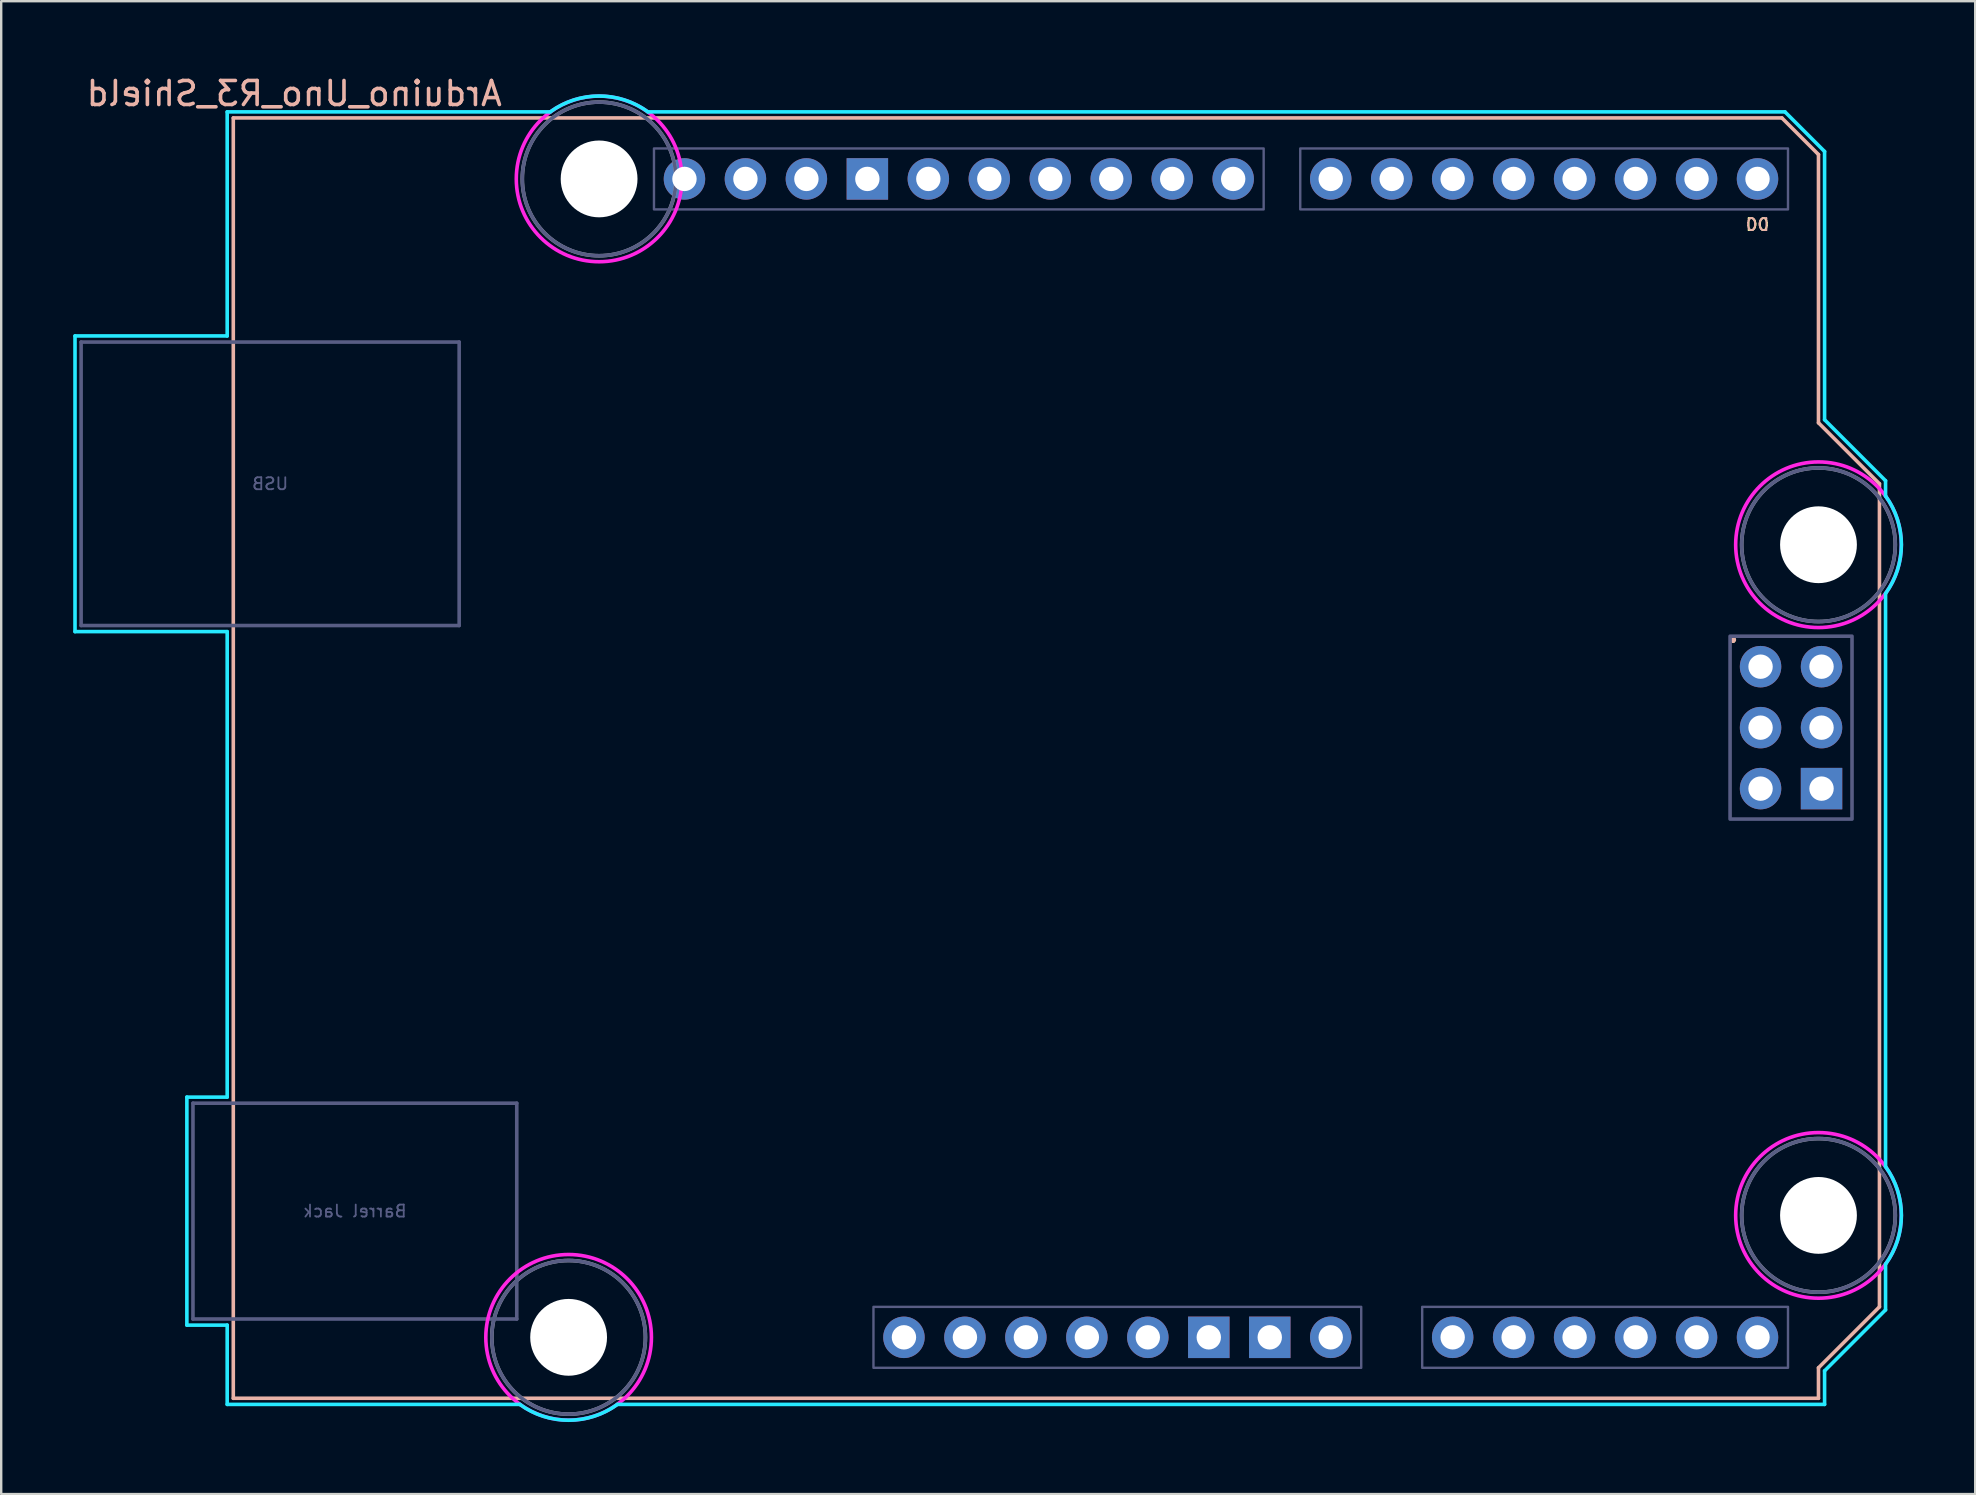
<source format=kicad_pcb>
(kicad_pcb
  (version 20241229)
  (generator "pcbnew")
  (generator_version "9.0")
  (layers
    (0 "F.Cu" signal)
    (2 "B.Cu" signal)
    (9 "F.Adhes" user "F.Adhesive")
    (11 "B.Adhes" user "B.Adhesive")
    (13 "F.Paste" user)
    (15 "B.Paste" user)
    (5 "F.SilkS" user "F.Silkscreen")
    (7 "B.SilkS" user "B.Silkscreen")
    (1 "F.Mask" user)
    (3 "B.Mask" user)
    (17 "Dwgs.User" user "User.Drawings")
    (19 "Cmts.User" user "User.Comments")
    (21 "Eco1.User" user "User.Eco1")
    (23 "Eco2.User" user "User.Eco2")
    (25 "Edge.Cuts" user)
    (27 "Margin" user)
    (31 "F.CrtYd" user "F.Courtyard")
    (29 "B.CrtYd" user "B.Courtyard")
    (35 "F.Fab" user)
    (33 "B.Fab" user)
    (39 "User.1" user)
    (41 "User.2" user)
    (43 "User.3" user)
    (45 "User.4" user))
  (footprint "Arduino_Uno_R3_Shield"
    (layer "F.Cu")
    (at 6.669 55.204)
    (property "Reference" "Arduino_Uno_R3_Shield" (at 2.54 -54.356 0) (layer "B.SilkS") (effects (font (size 1 1) (thickness 0.15)) (justify mirror)))
    (attr through_hole)
    (fp_line (start 0 -53.34) (end 0 0) (stroke (width 0.15) (type solid)) (layer "B.SilkS"))
    (fp_line (start 0 -53.34) (end 64.516 -53.34) (stroke (width 0.15) (type solid)) (layer "B.SilkS"))
    (fp_line (start 0 0) (end 66.04 0) (stroke (width 0.15) (type solid)) (layer "B.SilkS"))
    (fp_line (start 64.516 -53.34) (end 66.04 -51.816) (stroke (width 0.15) (type solid)) (layer "B.SilkS"))
    (fp_line (start 66.04 -40.64) (end 66.04 -51.816) (stroke (width 0.15) (type solid)) (layer "B.SilkS"))
    (fp_line (start 66.04 -1.27) (end 68.58 -3.81) (stroke (width 0.15) (type solid)) (layer "B.SilkS"))
    (fp_line (start 66.04 0) (end 66.04 -1.27) (stroke (width 0.15) (type solid)) (layer "B.SilkS"))
    (fp_line (start 68.58 -38.1) (end 66.04 -40.64) (stroke (width 0.15) (type solid)) (layer "B.SilkS"))
    (fp_line (start 68.58 -3.81) (end 68.58 -38.1) (stroke (width 0.15) (type solid)) (layer "B.SilkS"))
    (fp_line (start -6.594 -44.258) (end -0.254 -44.258) (stroke (width 0.15) (type solid)) (layer "B.CrtYd"))
    (fp_line (start -6.594 -31.94) (end -6.594 -44.258) (stroke (width 0.15) (type solid)) (layer "B.CrtYd"))
    (fp_line (start -1.934 -12.548) (end -1.934 -3.049) (stroke (width 0.15) (type solid)) (layer "B.CrtYd"))
    (fp_line (start -1.934 -12.548) (end -0.254 -12.548) (stroke (width 0.15) (type solid)) (layer "B.CrtYd"))
    (fp_line (start -1.934 -3.049) (end -0.254 -3.049) (stroke (width 0.15) (type solid)) (layer "B.CrtYd"))
    (fp_line (start -0.254 -53.594) (end -0.254 -44.258) (stroke (width 0.15) (type solid)) (layer "B.CrtYd"))
    (fp_line (start -0.254 -31.94) (end -6.594 -31.94) (stroke (width 0.15) (type solid)) (layer "B.CrtYd"))
    (fp_line (start -0.254 -31.94) (end -0.254 -12.548) (stroke (width 0.15) (type solid)) (layer "B.CrtYd"))
    (fp_line (start -0.254 -3.049) (end -0.254 0.254) (stroke (width 0.15) (type solid)) (layer "B.CrtYd"))
    (fp_line (start 11.938 0.254) (end -0.254 0.254) (stroke (width 0.15) (type solid)) (layer "B.CrtYd"))
    (fp_line (start 13.208 -53.594) (end -0.254 -53.594) (stroke (width 0.15) (type solid)) (layer "B.CrtYd"))
    (fp_line (start 16.002 0.254) (end 66.294 0.254) (stroke (width 0.15) (type solid)) (layer "B.CrtYd"))
    (fp_line (start 17.272 -53.594) (end 64.643 -53.594) (stroke (width 0.15) (type solid)) (layer "B.CrtYd"))
    (fp_line (start 64.643 -53.594) (end 66.294 -51.943) (stroke (width 0.15) (type solid)) (layer "B.CrtYd"))
    (fp_line (start 66.294 -40.767) (end 66.294 -51.943) (stroke (width 0.15) (type solid)) (layer "B.CrtYd"))
    (fp_line (start 66.294 -1.143) (end 68.834 -3.683) (stroke (width 0.15) (type solid)) (layer "B.CrtYd"))
    (fp_line (start 66.294 0.254) (end 66.294 -1.143) (stroke (width 0.15) (type solid)) (layer "B.CrtYd"))
    (fp_line (start 68.834 -38.227) (end 66.294 -40.767) (stroke (width 0.15) (type solid)) (layer "B.CrtYd"))
    (fp_line (start 68.834 -38.227) (end 68.834 -37.592) (stroke (width 0.15) (type solid)) (layer "B.CrtYd"))
    (fp_line (start 68.834 -9.652) (end 68.834 -33.528) (stroke (width 0.15) (type solid)) (layer "B.CrtYd"))
    (fp_line (start 68.834 -5.588) (end 68.834 -3.683) (stroke (width 0.15) (type solid)) (layer "B.CrtYd"))
    (fp_arc (start 13.208 -53.594) (mid 15.24 -54.254237) (end 17.272 -53.594) (stroke (width 0.15) (type solid)) (layer "B.CrtYd"))
    (fp_arc (start 16.002 0.254) (mid 13.97 0.914237) (end 11.938 0.254) (stroke (width 0.15) (type solid)) (layer "B.CrtYd"))
    (fp_arc (start 68.834 -37.592) (mid 69.494238 -35.56) (end 68.834 -33.528) (stroke (width 0.15) (type solid)) (layer "B.CrtYd"))
    (fp_arc (start 68.834 -9.652) (mid 69.494238 -7.62) (end 68.834 -5.588) (stroke (width 0.15) (type solid)) (layer "B.CrtYd"))
    (fp_circle (center 13.97 -2.54) (end 17.42 -2.54) (stroke (width 0.15) (type solid)) (fill no) (layer "F.CrtYd"))
    (fp_circle (center 15.24 -50.8) (end 18.69 -50.8) (stroke (width 0.15) (type solid)) (fill no) (layer "F.CrtYd"))
    (fp_circle (center 66.04 -35.56) (end 69.49 -35.56) (stroke (width 0.15) (type solid)) (fill no) (layer "F.CrtYd"))
    (fp_circle (center 66.04 -7.62) (end 69.49 -7.62) (stroke (width 0.15) (type solid)) (fill no) (layer "F.CrtYd"))
    (fp_line (start -6.34 -44.004) (end 9.41 -44.004) (stroke (width 0.15) (type solid)) (layer "B.Fab"))
    (fp_line (start -6.34 -32.194) (end -6.34 -44.004) (stroke (width 0.15) (type solid)) (layer "B.Fab"))
    (fp_line (start -6.34 -32.194) (end 9.41 -32.194) (stroke (width 0.15) (type solid)) (layer "B.Fab"))
    (fp_line (start -1.68 -12.294) (end -1.68 -3.303) (stroke (width 0.15) (type solid)) (layer "B.Fab"))
    (fp_line (start -1.68 -12.294) (end 11.81 -12.294) (stroke (width 0.15) (type solid)) (layer "B.Fab"))
    (fp_line (start -1.68 -3.303) (end 11.81 -3.303) (stroke (width 0.15) (type solid)) (layer "B.Fab"))
    (fp_line (start 9.41 -32.194) (end 9.41 -44.004) (stroke (width 0.15) (type solid)) (layer "B.Fab"))
    (fp_line (start 11.81 -12.294) (end 11.81 -3.303) (stroke (width 0.15) (type solid)) (layer "B.Fab"))
    (fp_rect (start 17.526 -52.07) (end 42.926 -49.53) (stroke (width 0.1) (type solid)) (fill no) (layer "B.Fab"))
    (fp_rect (start 26.67 -3.81) (end 46.99 -1.27) (stroke (width 0.1) (type solid)) (fill no) (layer "B.Fab"))
    (fp_rect (start 44.45 -52.07) (end 64.77 -49.53) (stroke (width 0.1) (type solid)) (fill no) (layer "B.Fab"))
    (fp_rect (start 49.53 -3.81) (end 64.77 -1.27) (stroke (width 0.1) (type solid)) (fill no) (layer "B.Fab"))
    (fp_rect (start 62.357 -31.75) (end 67.437 -24.13) (stroke (width 0.15) (type solid)) (fill no) (layer "B.Fab"))
    (fp_circle (center 13.97 -2.54) (end 17.17 -2.54) (stroke (width 0.15) (type solid)) (fill no) (layer "B.Fab"))
    (fp_circle (center 15.24 -50.8) (end 18.44 -50.8) (stroke (width 0.15) (type solid)) (fill no) (layer "B.Fab"))
    (fp_circle (center 66.04 -35.56) (end 69.24 -35.56) (stroke (width 0.15) (type solid)) (fill no) (layer "B.Fab"))
    (fp_circle (center 66.04 -7.62) (end 69.24 -7.62) (stroke (width 0.15) (type solid)) (fill no) (layer "B.Fab"))
    (fp_circle (center 13.97 -2.54) (end 17.17 -2.54) (stroke (width 0.15) (type solid)) (fill no) (layer "F.Fab"))
    (fp_circle (center 15.24 -50.8) (end 18.44 -50.8) (stroke (width 0.15) (type solid)) (fill no) (layer "F.Fab"))
    (fp_circle (center 66.04 -35.56) (end 69.24 -35.56) (stroke (width 0.15) (type solid)) (fill no) (layer "F.Fab"))
    (fp_circle (center 66.04 -7.62) (end 69.24 -7.62) (stroke (width 0.15) (type solid)) (fill no) (layer "F.Fab"))
    (fp_text user "D0" (at 63.5 -48.895 0) (unlocked yes) (layer "F.SilkS") (effects (font (size 0.5 0.5) (thickness 0.075))))
    (fp_text user "." (at 62.484 -32.004 0) (layer "F.SilkS") (effects (font (size 1 1) (thickness 0.15))))
    (fp_text user "D0" (at 63.5 -48.895 0) (unlocked yes) (layer "B.SilkS") (effects (font (size 0.5 0.5) (thickness 0.075)) (justify mirror)))
    (fp_text user "." (at 62.484 -32.004 0) (layer "B.SilkS") (effects (font (size 1 1) (thickness 0.15))))
    (fp_text user "USB" (at 1.535 -38.099 0) (layer "B.Fab") (effects (font (size 0.5 0.5) (thickness 0.075)) (justify mirror)))
    (fp_text user "Barrel Jack" (at 5.065 -7.798 0) (layer "B.Fab") (effects (font (size 0.5 0.5) (thickness 0.075)) (justify mirror)))
    (pad "" np_thru_hole circle (at 13.97 -2.54) (size 3.2 3.2) (drill 3.2) (layers "*.Cu" "*.Mask"))
    (pad "" np_thru_hole circle (at 15.24 -50.8) (size 3.2 3.2) (drill 3.2) (layers "*.Cu" "*.Mask"))
    (pad "" thru_hole oval (at 27.94 -2.54) (size 1.727 1.727) (drill 1.016) (layers "*.Cu" "*.Mask"))
    (pad "" np_thru_hole circle (at 66.04 -35.56) (size 3.2 3.2) (drill 3.2) (layers "*.Cu" "*.Mask"))
    (pad "" np_thru_hole circle (at 66.04 -7.62) (size 3.2 3.2) (drill 3.2) (layers "*.Cu" "*.Mask"))
    (pad "3V3" thru_hole oval (at 35.56 -2.54) (size 1.727 1.727) (drill 1.016) (layers "*.Cu" "*.Mask"))
    (pad "5V1" thru_hole oval (at 38.1 -2.54) (size 1.727 1.727) (drill 1.016) (layers "*.Cu" "*.Mask"))
    (pad "5V2" thru_hole oval (at 66.167 -30.48) (size 1.727 1.727) (drill 1.016) (layers "*.Cu" "*.Mask"))
    (pad "A0" thru_hole oval (at 50.8 -2.54) (size 1.727 1.727) (drill 1.016) (layers "*.Cu" "*.Mask"))
    (pad "A1" thru_hole oval (at 53.34 -2.54) (size 1.727 1.727) (drill 1.016) (layers "*.Cu" "*.Mask"))
    (pad "A2" thru_hole oval (at 55.88 -2.54) (size 1.727 1.727) (drill 1.016) (layers "*.Cu" "*.Mask"))
    (pad "A3" thru_hole oval (at 58.42 -2.54) (size 1.727 1.727) (drill 1.016) (layers "*.Cu" "*.Mask"))
    (pad "A4" thru_hole oval (at 60.96 -2.54) (size 1.727 1.727) (drill 1.016) (layers "*.Cu" "*.Mask"))
    (pad "A5" thru_hole oval (at 63.5 -2.54) (size 1.727 1.727) (drill 1.016) (layers "*.Cu" "*.Mask"))
    (pad "AREF" thru_hole oval (at 23.876 -50.8) (size 1.727 1.727) (drill 1.016) (layers "*.Cu" "*.Mask"))
    (pad "D0" thru_hole oval (at 63.5 -50.8) (size 1.727 1.727) (drill 1.016) (layers "*.Cu" "*.Mask"))
    (pad "D1" thru_hole oval (at 60.96 -50.8) (size 1.727 1.727) (drill 1.016) (layers "*.Cu" "*.Mask"))
    (pad "D2" thru_hole oval (at 58.42 -50.8) (size 1.727 1.727) (drill 1.016) (layers "*.Cu" "*.Mask"))
    (pad "D3" thru_hole oval (at 55.88 -50.8) (size 1.727 1.727) (drill 1.016) (layers "*.Cu" "*.Mask"))
    (pad "D4" thru_hole oval (at 53.34 -50.8) (size 1.727 1.727) (drill 1.016) (layers "*.Cu" "*.Mask"))
    (pad "D5" thru_hole oval (at 50.8 -50.8) (size 1.727 1.727) (drill 1.016) (layers "*.Cu" "*.Mask"))
    (pad "D6" thru_hole oval (at 48.26 -50.8) (size 1.727 1.727) (drill 1.016) (layers "*.Cu" "*.Mask"))
    (pad "D7" thru_hole oval (at 45.72 -50.8) (size 1.727 1.727) (drill 1.016) (layers "*.Cu" "*.Mask"))
    (pad "D8" thru_hole oval (at 41.656 -50.8) (size 1.727 1.727) (drill 1.016) (layers "*.Cu" "*.Mask"))
    (pad "D9" thru_hole oval (at 39.116 -50.8) (size 1.727 1.727) (drill 1.016) (layers "*.Cu" "*.Mask"))
    (pad "D10" thru_hole oval (at 36.576 -50.8) (size 1.727 1.727) (drill 1.016) (layers "*.Cu" "*.Mask"))
    (pad "D11" thru_hole oval (at 34.036 -50.8) (size 1.727 1.727) (drill 1.016) (layers "*.Cu" "*.Mask"))
    (pad "D12" thru_hole oval (at 31.496 -50.8) (size 1.727 1.727) (drill 1.016) (layers "*.Cu" "*.Mask"))
    (pad "D13" thru_hole oval (at 28.956 -50.8) (size 1.727 1.727) (drill 1.016) (layers "*.Cu" "*.Mask"))
    (pad "GND1" thru_hole rect (at 26.416 -50.8) (size 1.727 1.727) (drill 1.016) (layers "*.Cu" "*.Mask"))
    (pad "GND2" thru_hole rect (at 40.64 -2.54) (size 1.727 1.727) (drill 1.016) (layers "*.Cu" "*.Mask"))
    (pad "GND3" thru_hole rect (at 43.18 -2.54) (size 1.727 1.727) (drill 1.016) (layers "*.Cu" "*.Mask"))
    (pad "GND4" thru_hole rect (at 66.167 -25.4) (size 1.727 1.727) (drill 1.016) (layers "*.Cu" "*.Mask"))
    (pad "IORF" thru_hole oval (at 30.48 -2.54) (size 1.727 1.727) (drill 1.016) (layers "*.Cu" "*.Mask"))
    (pad "MISO" thru_hole oval (at 63.627 -30.48) (size 1.727 1.727) (drill 1.016) (layers "*.Cu" "*.Mask"))
    (pad "MOSI" thru_hole oval (at 66.167 -27.94) (size 1.727 1.727) (drill 1.016) (layers "*.Cu" "*.Mask"))
    (pad "RST1" thru_hole oval (at 33.02 -2.54) (size 1.727 1.727) (drill 1.016) (layers "*.Cu" "*.Mask"))
    (pad "RST2" thru_hole oval (at 63.627 -25.4) (size 1.727 1.727) (drill 1.016) (layers "*.Cu" "*.Mask"))
    (pad "SCK" thru_hole oval (at 63.627 -27.94) (size 1.727 1.727) (drill 1.016) (layers "*.Cu" "*.Mask"))
    (pad "SCL" thru_hole oval (at 18.796 -50.8) (size 1.727 1.727) (drill 1.016) (layers "*.Cu" "*.Mask"))
    (pad "SDA" thru_hole oval (at 21.336 -50.8) (size 1.727 1.727) (drill 1.016) (layers "*.Cu" "*.Mask"))
    (pad "VIN" thru_hole oval (at 45.72 -2.54) (size 1.727 1.727) (drill 1.016) (layers "*.Cu" "*.Mask")))
  (gr_rect
    (start -3 -3)
    (end 79.238 59.193)
    (stroke (width 0.1) (type default))
    (fill no)
    (layer "Edge.Cuts")))
</source>
